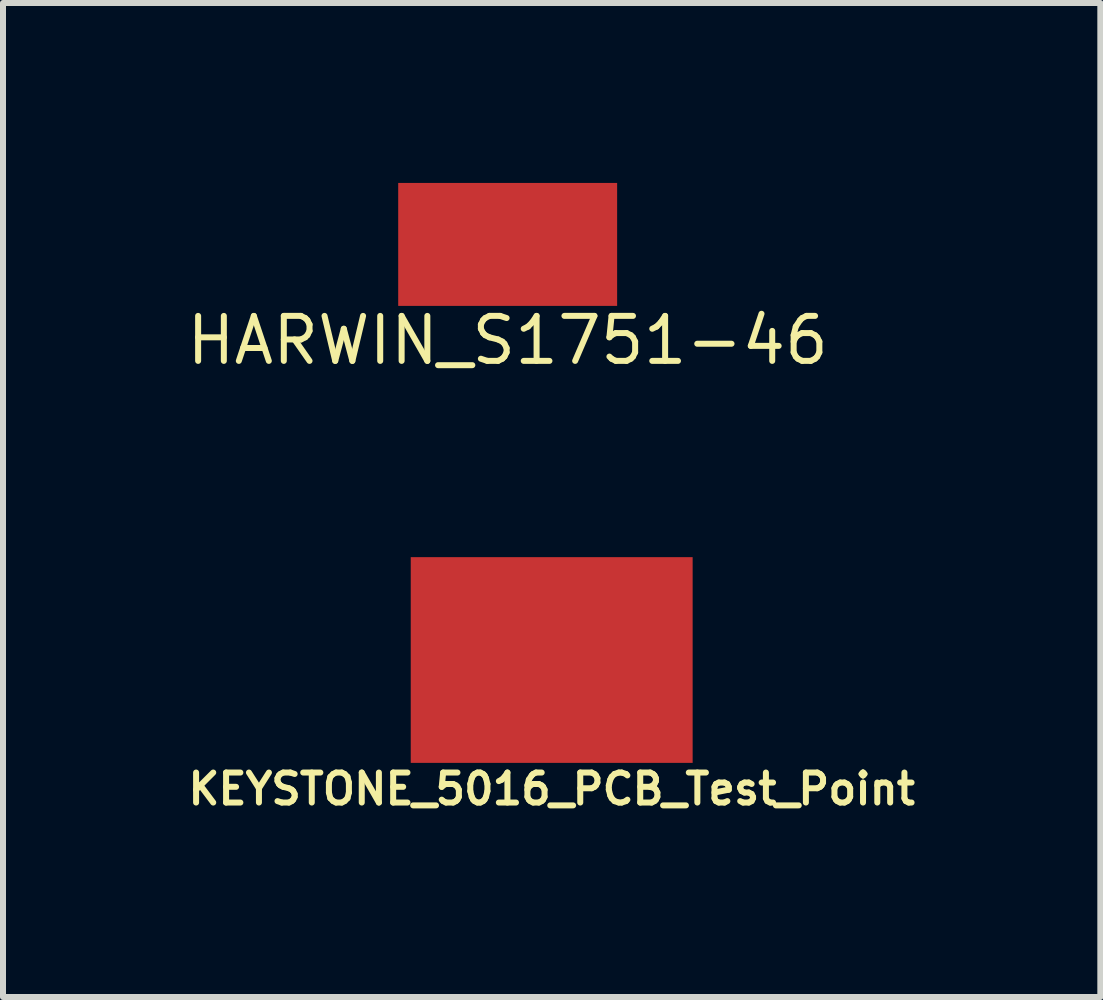
<source format=kicad_pcb>
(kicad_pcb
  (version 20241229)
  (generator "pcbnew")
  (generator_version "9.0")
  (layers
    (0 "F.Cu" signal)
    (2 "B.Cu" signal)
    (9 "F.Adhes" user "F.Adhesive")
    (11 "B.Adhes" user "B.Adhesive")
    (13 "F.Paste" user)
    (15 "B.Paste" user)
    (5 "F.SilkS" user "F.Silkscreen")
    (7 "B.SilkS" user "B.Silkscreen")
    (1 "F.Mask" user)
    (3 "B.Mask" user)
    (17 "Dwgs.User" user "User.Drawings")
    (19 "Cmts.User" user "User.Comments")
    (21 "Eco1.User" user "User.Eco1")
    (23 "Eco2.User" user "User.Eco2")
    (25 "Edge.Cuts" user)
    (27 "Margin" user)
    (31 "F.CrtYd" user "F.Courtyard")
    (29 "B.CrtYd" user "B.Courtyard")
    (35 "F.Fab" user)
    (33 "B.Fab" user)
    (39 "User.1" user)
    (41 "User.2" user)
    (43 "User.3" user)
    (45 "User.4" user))
  (footprint "HARWIN_S1751-46"
    (layer "F.Cu")
    (at 5.414 1.025)
    (property "Reference" "HARWIN_S1751-46" (at 0 1.6 0) (layer "F.SilkS") (effects (font (size 0.75 0.75) (thickness 0.1))))
    (attr through_hole)
    (pad "1" smd rect (at 0 0) (size 3.65 2.05) (layers "F.Cu" "F.Mask" "F.Paste")))
  (footprint "KEYSTONE_5016_PCB_Test_Point"
    (layer "F.Cu")
    (at 6.148 7.954)
    (property "Reference" "KEYSTONE_5016_PCB_Test_Point" (at 0 2.15 0) (layer "F.SilkS") (effects (font (size 0.5 0.5) (thickness 0.1))))
    (attr through_hole)
    (pad "1" smd rect (at 0 0) (size 4.7 3.43) (layers "F.Cu" "F.Mask" "F.Paste")))
  (gr_rect
    (start -3 -3)
    (end 15.295 13.572)
    (stroke (width 0.1) (type default))
    (fill no)
    (layer "Edge.Cuts")))
</source>
